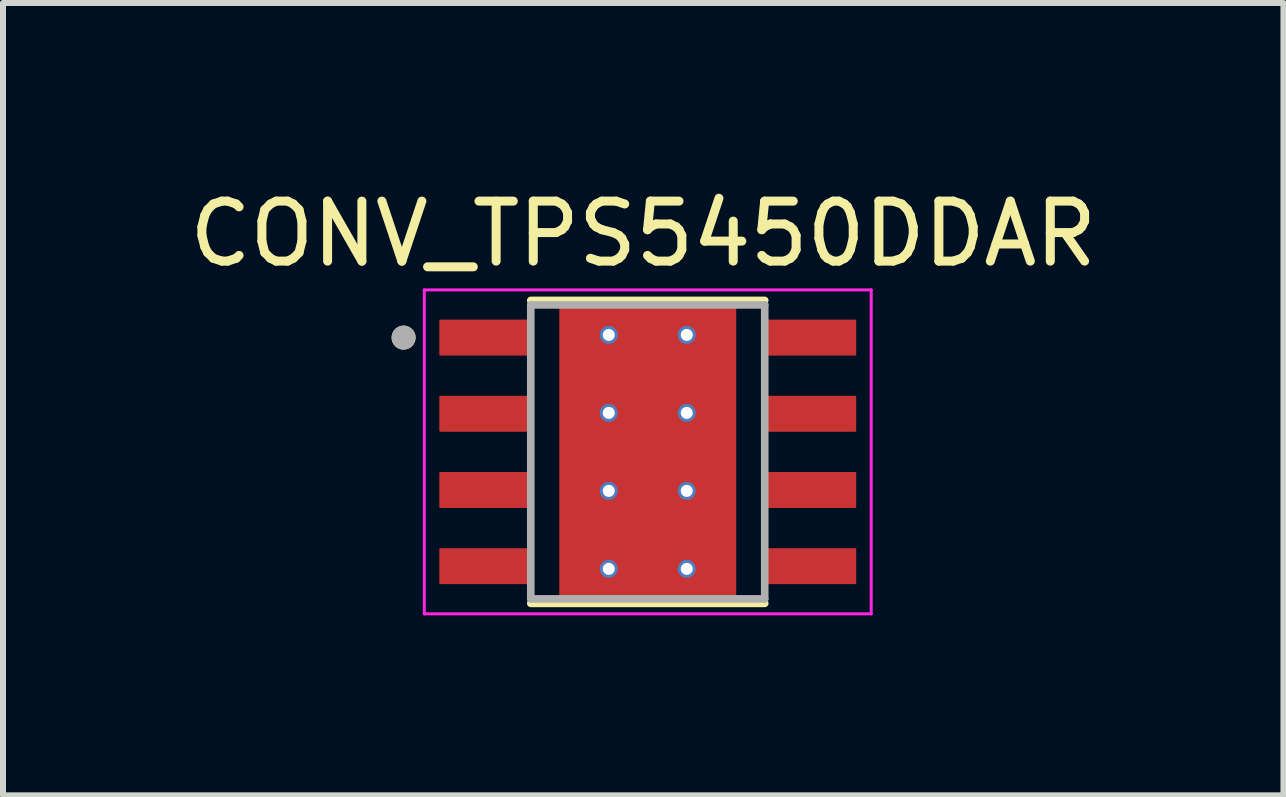
<source format=kicad_pcb>
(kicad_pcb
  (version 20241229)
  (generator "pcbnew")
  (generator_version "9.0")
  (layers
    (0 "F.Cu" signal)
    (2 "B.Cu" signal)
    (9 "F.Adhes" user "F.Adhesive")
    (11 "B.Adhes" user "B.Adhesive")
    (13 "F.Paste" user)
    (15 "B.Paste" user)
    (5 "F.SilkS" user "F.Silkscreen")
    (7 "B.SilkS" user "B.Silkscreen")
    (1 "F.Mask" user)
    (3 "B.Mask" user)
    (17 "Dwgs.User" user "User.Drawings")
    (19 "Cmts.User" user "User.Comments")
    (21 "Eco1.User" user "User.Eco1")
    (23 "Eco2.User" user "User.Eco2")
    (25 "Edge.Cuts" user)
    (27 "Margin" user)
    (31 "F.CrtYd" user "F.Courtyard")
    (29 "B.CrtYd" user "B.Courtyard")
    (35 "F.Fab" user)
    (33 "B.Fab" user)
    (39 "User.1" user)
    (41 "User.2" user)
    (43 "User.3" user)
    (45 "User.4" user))
  (footprint "CONV_TPS5450DDAR"
    (layer "F.Cu")
    (at 7.748 4.483)
    (property "Reference" "CONV_TPS5450DDAR" (at -0.075 -3.635 0) (layer "F.SilkS") (effects (font (size 1 1) (thickness 0.15))))
    (attr smd)
    (fp_poly (pts (xy -1.3 -1.55) (xy 1.3 -1.55) (xy 1.3 1.55) (xy -1.3 1.55)) (stroke (width 0.01) (type solid)) (fill yes) (layer "F.Mask"))
    (fp_poly (pts (xy -1.905 -1.535) (xy -3.495 -1.535) (xy -3.498 -1.535) (xy -3.5 -1.535) (xy -3.503 -1.536) (xy -3.505 -1.536) (xy -3.508 -1.537) (xy -3.51 -1.537) (xy -3.513 -1.538) (xy -3.515 -1.539) (xy -3.518 -1.54) (xy -3.52 -1.542) (xy -3.522 -1.543) (xy -3.524 -1.545) (xy -3.526 -1.546) (xy -3.528 -1.548) (xy -3.53 -1.55) (xy -3.532 -1.552) (xy -3.534 -1.554) (xy -3.535 -1.556) (xy -3.537 -1.558) (xy -3.538 -1.56) (xy -3.54 -1.562) (xy -3.541 -1.565) (xy -3.542 -1.567) (xy -3.543 -1.57) (xy -3.543 -1.572) (xy -3.544 -1.575) (xy -3.544 -1.577) (xy -3.545 -1.58) (xy -3.545 -1.582) (xy -3.545 -1.585) (xy -3.545 -2.225) (xy -3.545 -2.228) (xy -3.545 -2.23) (xy -3.544 -2.233) (xy -3.544 -2.235) (xy -3.543 -2.238) (xy -3.543 -2.24) (xy -3.542 -2.243) (xy -3.541 -2.245) (xy -3.54 -2.248) (xy -3.538 -2.25) (xy -3.537 -2.252) (xy -3.535 -2.254) (xy -3.534 -2.256) (xy -3.532 -2.258) (xy -3.53 -2.26) (xy -3.528 -2.262) (xy -3.526 -2.264) (xy -3.524 -2.265) (xy -3.522 -2.267) (xy -3.52 -2.268) (xy -3.518 -2.27) (xy -3.515 -2.271) (xy -3.513 -2.272) (xy -3.51 -2.273) (xy -3.508 -2.273) (xy -3.505 -2.274) (xy -3.503 -2.274) (xy -3.5 -2.275) (xy -3.498 -2.275) (xy -3.495 -2.275) (xy -1.905 -2.275) (xy -1.902 -2.275) (xy -1.9 -2.275) (xy -1.897 -2.274) (xy -1.895 -2.274) (xy -1.892 -2.273) (xy -1.89 -2.273) (xy -1.887 -2.272) (xy -1.885 -2.271) (xy -1.882 -2.27) (xy -1.88 -2.268) (xy -1.878 -2.267) (xy -1.876 -2.265) (xy -1.874 -2.264) (xy -1.872 -2.262) (xy -1.87 -2.26) (xy -1.868 -2.258) (xy -1.866 -2.256) (xy -1.865 -2.254) (xy -1.863 -2.252) (xy -1.862 -2.25) (xy -1.86 -2.248) (xy -1.859 -2.245) (xy -1.858 -2.243) (xy -1.857 -2.24) (xy -1.857 -2.238) (xy -1.856 -2.235) (xy -1.856 -2.233) (xy -1.855 -2.23) (xy -1.855 -2.228) (xy -1.855 -2.225) (xy -1.855 -1.585) (xy -1.855 -1.582) (xy -1.855 -1.58) (xy -1.856 -1.577) (xy -1.856 -1.575) (xy -1.857 -1.572) (xy -1.857 -1.57) (xy -1.858 -1.567) (xy -1.859 -1.565) (xy -1.86 -1.562) (xy -1.862 -1.56) (xy -1.863 -1.558) (xy -1.865 -1.556) (xy -1.866 -1.554) (xy -1.868 -1.552) (xy -1.87 -1.55) (xy -1.872 -1.548) (xy -1.874 -1.546) (xy -1.876 -1.545) (xy -1.878 -1.543) (xy -1.88 -1.542) (xy -1.882 -1.54) (xy -1.885 -1.539) (xy -1.887 -1.538) (xy -1.89 -1.537) (xy -1.892 -1.537) (xy -1.895 -1.536) (xy -1.897 -1.536) (xy -1.9 -1.535) (xy -1.902 -1.535) (xy -1.905 -1.535)) (stroke (width 0.01) (type solid)) (fill yes) (layer "F.Mask"))
    (fp_poly (pts (xy -1.905 -0.265) (xy -3.495 -0.265) (xy -3.498 -0.265) (xy -3.5 -0.265) (xy -3.503 -0.266) (xy -3.505 -0.266) (xy -3.508 -0.267) (xy -3.51 -0.267) (xy -3.513 -0.268) (xy -3.515 -0.269) (xy -3.518 -0.27) (xy -3.52 -0.272) (xy -3.522 -0.273) (xy -3.524 -0.275) (xy -3.526 -0.276) (xy -3.528 -0.278) (xy -3.53 -0.28) (xy -3.532 -0.282) (xy -3.534 -0.284) (xy -3.535 -0.286) (xy -3.537 -0.288) (xy -3.538 -0.29) (xy -3.54 -0.292) (xy -3.541 -0.295) (xy -3.542 -0.297) (xy -3.543 -0.3) (xy -3.543 -0.302) (xy -3.544 -0.305) (xy -3.544 -0.307) (xy -3.545 -0.31) (xy -3.545 -0.312) (xy -3.545 -0.315) (xy -3.545 -0.955) (xy -3.545 -0.958) (xy -3.545 -0.96) (xy -3.544 -0.963) (xy -3.544 -0.965) (xy -3.543 -0.968) (xy -3.543 -0.97) (xy -3.542 -0.973) (xy -3.541 -0.975) (xy -3.54 -0.978) (xy -3.538 -0.98) (xy -3.537 -0.982) (xy -3.535 -0.984) (xy -3.534 -0.986) (xy -3.532 -0.988) (xy -3.53 -0.99) (xy -3.528 -0.992) (xy -3.526 -0.994) (xy -3.524 -0.995) (xy -3.522 -0.997) (xy -3.52 -0.998) (xy -3.518 -1) (xy -3.515 -1.001) (xy -3.513 -1.002) (xy -3.51 -1.003) (xy -3.508 -1.003) (xy -3.505 -1.004) (xy -3.503 -1.004) (xy -3.5 -1.005) (xy -3.498 -1.005) (xy -3.495 -1.005) (xy -1.905 -1.005) (xy -1.902 -1.005) (xy -1.9 -1.005) (xy -1.897 -1.004) (xy -1.895 -1.004) (xy -1.892 -1.003) (xy -1.89 -1.003) (xy -1.887 -1.002) (xy -1.885 -1.001) (xy -1.882 -1) (xy -1.88 -0.998) (xy -1.878 -0.997) (xy -1.876 -0.995) (xy -1.874 -0.994) (xy -1.872 -0.992) (xy -1.87 -0.99) (xy -1.868 -0.988) (xy -1.866 -0.986) (xy -1.865 -0.984) (xy -1.863 -0.982) (xy -1.862 -0.98) (xy -1.86 -0.978) (xy -1.859 -0.975) (xy -1.858 -0.973) (xy -1.857 -0.97) (xy -1.857 -0.968) (xy -1.856 -0.965) (xy -1.856 -0.963) (xy -1.855 -0.96) (xy -1.855 -0.958) (xy -1.855 -0.955) (xy -1.855 -0.315) (xy -1.855 -0.312) (xy -1.855 -0.31) (xy -1.856 -0.307) (xy -1.856 -0.305) (xy -1.857 -0.302) (xy -1.857 -0.3) (xy -1.858 -0.297) (xy -1.859 -0.295) (xy -1.86 -0.292) (xy -1.862 -0.29) (xy -1.863 -0.288) (xy -1.865 -0.286) (xy -1.866 -0.284) (xy -1.868 -0.282) (xy -1.87 -0.28) (xy -1.872 -0.278) (xy -1.874 -0.276) (xy -1.876 -0.275) (xy -1.878 -0.273) (xy -1.88 -0.272) (xy -1.882 -0.27) (xy -1.885 -0.269) (xy -1.887 -0.268) (xy -1.89 -0.267) (xy -1.892 -0.267) (xy -1.895 -0.266) (xy -1.897 -0.266) (xy -1.9 -0.265) (xy -1.902 -0.265) (xy -1.905 -0.265)) (stroke (width 0.01) (type solid)) (fill yes) (layer "F.Mask"))
    (fp_poly (pts (xy -1.905 1.005) (xy -3.495 1.005) (xy -3.498 1.005) (xy -3.5 1.005) (xy -3.503 1.004) (xy -3.505 1.004) (xy -3.508 1.003) (xy -3.51 1.003) (xy -3.513 1.002) (xy -3.515 1.001) (xy -3.518 1) (xy -3.52 0.998) (xy -3.522 0.997) (xy -3.524 0.995) (xy -3.526 0.994) (xy -3.528 0.992) (xy -3.53 0.99) (xy -3.532 0.988) (xy -3.534 0.986) (xy -3.535 0.984) (xy -3.537 0.982) (xy -3.538 0.98) (xy -3.54 0.978) (xy -3.541 0.975) (xy -3.542 0.973) (xy -3.543 0.97) (xy -3.543 0.968) (xy -3.544 0.965) (xy -3.544 0.963) (xy -3.545 0.96) (xy -3.545 0.958) (xy -3.545 0.955) (xy -3.545 0.315) (xy -3.545 0.312) (xy -3.545 0.31) (xy -3.544 0.307) (xy -3.544 0.305) (xy -3.543 0.302) (xy -3.543 0.3) (xy -3.542 0.297) (xy -3.541 0.295) (xy -3.54 0.292) (xy -3.538 0.29) (xy -3.537 0.288) (xy -3.535 0.286) (xy -3.534 0.284) (xy -3.532 0.282) (xy -3.53 0.28) (xy -3.528 0.278) (xy -3.526 0.276) (xy -3.524 0.275) (xy -3.522 0.273) (xy -3.52 0.272) (xy -3.518 0.27) (xy -3.515 0.269) (xy -3.513 0.268) (xy -3.51 0.267) (xy -3.508 0.267) (xy -3.505 0.266) (xy -3.503 0.266) (xy -3.5 0.265) (xy -3.498 0.265) (xy -3.495 0.265) (xy -1.905 0.265) (xy -1.902 0.265) (xy -1.9 0.265) (xy -1.897 0.266) (xy -1.895 0.266) (xy -1.892 0.267) (xy -1.89 0.267) (xy -1.887 0.268) (xy -1.885 0.269) (xy -1.882 0.27) (xy -1.88 0.272) (xy -1.878 0.273) (xy -1.876 0.275) (xy -1.874 0.276) (xy -1.872 0.278) (xy -1.87 0.28) (xy -1.868 0.282) (xy -1.866 0.284) (xy -1.865 0.286) (xy -1.863 0.288) (xy -1.862 0.29) (xy -1.86 0.292) (xy -1.859 0.295) (xy -1.858 0.297) (xy -1.857 0.3) (xy -1.857 0.302) (xy -1.856 0.305) (xy -1.856 0.307) (xy -1.855 0.31) (xy -1.855 0.312) (xy -1.855 0.315) (xy -1.855 0.955) (xy -1.855 0.958) (xy -1.855 0.96) (xy -1.856 0.963) (xy -1.856 0.965) (xy -1.857 0.968) (xy -1.857 0.97) (xy -1.858 0.973) (xy -1.859 0.975) (xy -1.86 0.978) (xy -1.862 0.98) (xy -1.863 0.982) (xy -1.865 0.984) (xy -1.866 0.986) (xy -1.868 0.988) (xy -1.87 0.99) (xy -1.872 0.992) (xy -1.874 0.994) (xy -1.876 0.995) (xy -1.878 0.997) (xy -1.88 0.998) (xy -1.882 1) (xy -1.885 1.001) (xy -1.887 1.002) (xy -1.89 1.003) (xy -1.892 1.003) (xy -1.895 1.004) (xy -1.897 1.004) (xy -1.9 1.005) (xy -1.902 1.005) (xy -1.905 1.005)) (stroke (width 0.01) (type solid)) (fill yes) (layer "F.Mask"))
    (fp_poly (pts (xy -1.905 2.275) (xy -3.495 2.275) (xy -3.498 2.275) (xy -3.5 2.275) (xy -3.503 2.274) (xy -3.505 2.274) (xy -3.508 2.273) (xy -3.51 2.273) (xy -3.513 2.272) (xy -3.515 2.271) (xy -3.518 2.27) (xy -3.52 2.268) (xy -3.522 2.267) (xy -3.524 2.265) (xy -3.526 2.264) (xy -3.528 2.262) (xy -3.53 2.26) (xy -3.532 2.258) (xy -3.534 2.256) (xy -3.535 2.254) (xy -3.537 2.252) (xy -3.538 2.25) (xy -3.54 2.248) (xy -3.541 2.245) (xy -3.542 2.243) (xy -3.543 2.24) (xy -3.543 2.238) (xy -3.544 2.235) (xy -3.544 2.233) (xy -3.545 2.23) (xy -3.545 2.228) (xy -3.545 2.225) (xy -3.545 1.585) (xy -3.545 1.582) (xy -3.545 1.58) (xy -3.544 1.577) (xy -3.544 1.575) (xy -3.543 1.572) (xy -3.543 1.57) (xy -3.542 1.567) (xy -3.541 1.565) (xy -3.54 1.562) (xy -3.538 1.56) (xy -3.537 1.558) (xy -3.535 1.556) (xy -3.534 1.554) (xy -3.532 1.552) (xy -3.53 1.55) (xy -3.528 1.548) (xy -3.526 1.546) (xy -3.524 1.545) (xy -3.522 1.543) (xy -3.52 1.542) (xy -3.518 1.54) (xy -3.515 1.539) (xy -3.513 1.538) (xy -3.51 1.537) (xy -3.508 1.537) (xy -3.505 1.536) (xy -3.503 1.536) (xy -3.5 1.535) (xy -3.498 1.535) (xy -3.495 1.535) (xy -1.905 1.535) (xy -1.902 1.535) (xy -1.9 1.535) (xy -1.897 1.536) (xy -1.895 1.536) (xy -1.892 1.537) (xy -1.89 1.537) (xy -1.887 1.538) (xy -1.885 1.539) (xy -1.882 1.54) (xy -1.88 1.542) (xy -1.878 1.543) (xy -1.876 1.545) (xy -1.874 1.546) (xy -1.872 1.548) (xy -1.87 1.55) (xy -1.868 1.552) (xy -1.866 1.554) (xy -1.865 1.556) (xy -1.863 1.558) (xy -1.862 1.56) (xy -1.86 1.562) (xy -1.859 1.565) (xy -1.858 1.567) (xy -1.857 1.57) (xy -1.857 1.572) (xy -1.856 1.575) (xy -1.856 1.577) (xy -1.855 1.58) (xy -1.855 1.582) (xy -1.855 1.585) (xy -1.855 2.225) (xy -1.855 2.228) (xy -1.855 2.23) (xy -1.856 2.233) (xy -1.856 2.235) (xy -1.857 2.238) (xy -1.857 2.24) (xy -1.858 2.243) (xy -1.859 2.245) (xy -1.86 2.248) (xy -1.862 2.25) (xy -1.863 2.252) (xy -1.865 2.254) (xy -1.866 2.256) (xy -1.868 2.258) (xy -1.87 2.26) (xy -1.872 2.262) (xy -1.874 2.264) (xy -1.876 2.265) (xy -1.878 2.267) (xy -1.88 2.268) (xy -1.882 2.27) (xy -1.885 2.271) (xy -1.887 2.272) (xy -1.89 2.273) (xy -1.892 2.273) (xy -1.895 2.274) (xy -1.897 2.274) (xy -1.9 2.275) (xy -1.902 2.275) (xy -1.905 2.275)) (stroke (width 0.01) (type solid)) (fill yes) (layer "F.Mask"))
    (fp_poly (pts (xy 3.495 -1.535) (xy 1.905 -1.535) (xy 1.902 -1.535) (xy 1.9 -1.535) (xy 1.897 -1.536) (xy 1.895 -1.536) (xy 1.892 -1.537) (xy 1.89 -1.537) (xy 1.887 -1.538) (xy 1.885 -1.539) (xy 1.882 -1.54) (xy 1.88 -1.542) (xy 1.878 -1.543) (xy 1.876 -1.545) (xy 1.874 -1.546) (xy 1.872 -1.548) (xy 1.87 -1.55) (xy 1.868 -1.552) (xy 1.866 -1.554) (xy 1.865 -1.556) (xy 1.863 -1.558) (xy 1.862 -1.56) (xy 1.86 -1.562) (xy 1.859 -1.565) (xy 1.858 -1.567) (xy 1.857 -1.57) (xy 1.857 -1.572) (xy 1.856 -1.575) (xy 1.856 -1.577) (xy 1.855 -1.58) (xy 1.855 -1.582) (xy 1.855 -1.585) (xy 1.855 -2.225) (xy 1.855 -2.228) (xy 1.855 -2.23) (xy 1.856 -2.233) (xy 1.856 -2.235) (xy 1.857 -2.238) (xy 1.857 -2.24) (xy 1.858 -2.243) (xy 1.859 -2.245) (xy 1.86 -2.248) (xy 1.862 -2.25) (xy 1.863 -2.252) (xy 1.865 -2.254) (xy 1.866 -2.256) (xy 1.868 -2.258) (xy 1.87 -2.26) (xy 1.872 -2.262) (xy 1.874 -2.264) (xy 1.876 -2.265) (xy 1.878 -2.267) (xy 1.88 -2.268) (xy 1.882 -2.27) (xy 1.885 -2.271) (xy 1.887 -2.272) (xy 1.89 -2.273) (xy 1.892 -2.273) (xy 1.895 -2.274) (xy 1.897 -2.274) (xy 1.9 -2.275) (xy 1.902 -2.275) (xy 1.905 -2.275) (xy 3.495 -2.275) (xy 3.498 -2.275) (xy 3.5 -2.275) (xy 3.503 -2.274) (xy 3.505 -2.274) (xy 3.508 -2.273) (xy 3.51 -2.273) (xy 3.513 -2.272) (xy 3.515 -2.271) (xy 3.518 -2.27) (xy 3.52 -2.268) (xy 3.522 -2.267) (xy 3.524 -2.265) (xy 3.526 -2.264) (xy 3.528 -2.262) (xy 3.53 -2.26) (xy 3.532 -2.258) (xy 3.534 -2.256) (xy 3.535 -2.254) (xy 3.537 -2.252) (xy 3.538 -2.25) (xy 3.54 -2.248) (xy 3.541 -2.245) (xy 3.542 -2.243) (xy 3.543 -2.24) (xy 3.543 -2.238) (xy 3.544 -2.235) (xy 3.544 -2.233) (xy 3.545 -2.23) (xy 3.545 -2.228) (xy 3.545 -2.225) (xy 3.545 -1.585) (xy 3.545 -1.582) (xy 3.545 -1.58) (xy 3.544 -1.577) (xy 3.544 -1.575) (xy 3.543 -1.572) (xy 3.543 -1.57) (xy 3.542 -1.567) (xy 3.541 -1.565) (xy 3.54 -1.562) (xy 3.538 -1.56) (xy 3.537 -1.558) (xy 3.535 -1.556) (xy 3.534 -1.554) (xy 3.532 -1.552) (xy 3.53 -1.55) (xy 3.528 -1.548) (xy 3.526 -1.546) (xy 3.524 -1.545) (xy 3.522 -1.543) (xy 3.52 -1.542) (xy 3.518 -1.54) (xy 3.515 -1.539) (xy 3.513 -1.538) (xy 3.51 -1.537) (xy 3.508 -1.537) (xy 3.505 -1.536) (xy 3.503 -1.536) (xy 3.5 -1.535) (xy 3.498 -1.535) (xy 3.495 -1.535)) (stroke (width 0.01) (type solid)) (fill yes) (layer "F.Mask"))
    (fp_poly (pts (xy 3.495 -0.265) (xy 1.905 -0.265) (xy 1.902 -0.265) (xy 1.9 -0.265) (xy 1.897 -0.266) (xy 1.895 -0.266) (xy 1.892 -0.267) (xy 1.89 -0.267) (xy 1.887 -0.268) (xy 1.885 -0.269) (xy 1.882 -0.27) (xy 1.88 -0.272) (xy 1.878 -0.273) (xy 1.876 -0.275) (xy 1.874 -0.276) (xy 1.872 -0.278) (xy 1.87 -0.28) (xy 1.868 -0.282) (xy 1.866 -0.284) (xy 1.865 -0.286) (xy 1.863 -0.288) (xy 1.862 -0.29) (xy 1.86 -0.292) (xy 1.859 -0.295) (xy 1.858 -0.297) (xy 1.857 -0.3) (xy 1.857 -0.302) (xy 1.856 -0.305) (xy 1.856 -0.307) (xy 1.855 -0.31) (xy 1.855 -0.312) (xy 1.855 -0.315) (xy 1.855 -0.955) (xy 1.855 -0.958) (xy 1.855 -0.96) (xy 1.856 -0.963) (xy 1.856 -0.965) (xy 1.857 -0.968) (xy 1.857 -0.97) (xy 1.858 -0.973) (xy 1.859 -0.975) (xy 1.86 -0.978) (xy 1.862 -0.98) (xy 1.863 -0.982) (xy 1.865 -0.984) (xy 1.866 -0.986) (xy 1.868 -0.988) (xy 1.87 -0.99) (xy 1.872 -0.992) (xy 1.874 -0.994) (xy 1.876 -0.995) (xy 1.878 -0.997) (xy 1.88 -0.998) (xy 1.882 -1) (xy 1.885 -1.001) (xy 1.887 -1.002) (xy 1.89 -1.003) (xy 1.892 -1.003) (xy 1.895 -1.004) (xy 1.897 -1.004) (xy 1.9 -1.005) (xy 1.902 -1.005) (xy 1.905 -1.005) (xy 3.495 -1.005) (xy 3.498 -1.005) (xy 3.5 -1.005) (xy 3.503 -1.004) (xy 3.505 -1.004) (xy 3.508 -1.003) (xy 3.51 -1.003) (xy 3.513 -1.002) (xy 3.515 -1.001) (xy 3.518 -1) (xy 3.52 -0.998) (xy 3.522 -0.997) (xy 3.524 -0.995) (xy 3.526 -0.994) (xy 3.528 -0.992) (xy 3.53 -0.99) (xy 3.532 -0.988) (xy 3.534 -0.986) (xy 3.535 -0.984) (xy 3.537 -0.982) (xy 3.538 -0.98) (xy 3.54 -0.978) (xy 3.541 -0.975) (xy 3.542 -0.973) (xy 3.543 -0.97) (xy 3.543 -0.968) (xy 3.544 -0.965) (xy 3.544 -0.963) (xy 3.545 -0.96) (xy 3.545 -0.958) (xy 3.545 -0.955) (xy 3.545 -0.315) (xy 3.545 -0.312) (xy 3.545 -0.31) (xy 3.544 -0.307) (xy 3.544 -0.305) (xy 3.543 -0.302) (xy 3.543 -0.3) (xy 3.542 -0.297) (xy 3.541 -0.295) (xy 3.54 -0.292) (xy 3.538 -0.29) (xy 3.537 -0.288) (xy 3.535 -0.286) (xy 3.534 -0.284) (xy 3.532 -0.282) (xy 3.53 -0.28) (xy 3.528 -0.278) (xy 3.526 -0.276) (xy 3.524 -0.275) (xy 3.522 -0.273) (xy 3.52 -0.272) (xy 3.518 -0.27) (xy 3.515 -0.269) (xy 3.513 -0.268) (xy 3.51 -0.267) (xy 3.508 -0.267) (xy 3.505 -0.266) (xy 3.503 -0.266) (xy 3.5 -0.265) (xy 3.498 -0.265) (xy 3.495 -0.265)) (stroke (width 0.01) (type solid)) (fill yes) (layer "F.Mask"))
    (fp_poly (pts (xy 3.495 1.005) (xy 1.905 1.005) (xy 1.902 1.005) (xy 1.9 1.005) (xy 1.897 1.004) (xy 1.895 1.004) (xy 1.892 1.003) (xy 1.89 1.003) (xy 1.887 1.002) (xy 1.885 1.001) (xy 1.882 1) (xy 1.88 0.998) (xy 1.878 0.997) (xy 1.876 0.995) (xy 1.874 0.994) (xy 1.872 0.992) (xy 1.87 0.99) (xy 1.868 0.988) (xy 1.866 0.986) (xy 1.865 0.984) (xy 1.863 0.982) (xy 1.862 0.98) (xy 1.86 0.978) (xy 1.859 0.975) (xy 1.858 0.973) (xy 1.857 0.97) (xy 1.857 0.968) (xy 1.856 0.965) (xy 1.856 0.963) (xy 1.855 0.96) (xy 1.855 0.958) (xy 1.855 0.955) (xy 1.855 0.315) (xy 1.855 0.312) (xy 1.855 0.31) (xy 1.856 0.307) (xy 1.856 0.305) (xy 1.857 0.302) (xy 1.857 0.3) (xy 1.858 0.297) (xy 1.859 0.295) (xy 1.86 0.292) (xy 1.862 0.29) (xy 1.863 0.288) (xy 1.865 0.286) (xy 1.866 0.284) (xy 1.868 0.282) (xy 1.87 0.28) (xy 1.872 0.278) (xy 1.874 0.276) (xy 1.876 0.275) (xy 1.878 0.273) (xy 1.88 0.272) (xy 1.882 0.27) (xy 1.885 0.269) (xy 1.887 0.268) (xy 1.89 0.267) (xy 1.892 0.267) (xy 1.895 0.266) (xy 1.897 0.266) (xy 1.9 0.265) (xy 1.902 0.265) (xy 1.905 0.265) (xy 3.495 0.265) (xy 3.498 0.265) (xy 3.5 0.265) (xy 3.503 0.266) (xy 3.505 0.266) (xy 3.508 0.267) (xy 3.51 0.267) (xy 3.513 0.268) (xy 3.515 0.269) (xy 3.518 0.27) (xy 3.52 0.272) (xy 3.522 0.273) (xy 3.524 0.275) (xy 3.526 0.276) (xy 3.528 0.278) (xy 3.53 0.28) (xy 3.532 0.282) (xy 3.534 0.284) (xy 3.535 0.286) (xy 3.537 0.288) (xy 3.538 0.29) (xy 3.54 0.292) (xy 3.541 0.295) (xy 3.542 0.297) (xy 3.543 0.3) (xy 3.543 0.302) (xy 3.544 0.305) (xy 3.544 0.307) (xy 3.545 0.31) (xy 3.545 0.312) (xy 3.545 0.315) (xy 3.545 0.955) (xy 3.545 0.958) (xy 3.545 0.96) (xy 3.544 0.963) (xy 3.544 0.965) (xy 3.543 0.968) (xy 3.543 0.97) (xy 3.542 0.973) (xy 3.541 0.975) (xy 3.54 0.978) (xy 3.538 0.98) (xy 3.537 0.982) (xy 3.535 0.984) (xy 3.534 0.986) (xy 3.532 0.988) (xy 3.53 0.99) (xy 3.528 0.992) (xy 3.526 0.994) (xy 3.524 0.995) (xy 3.522 0.997) (xy 3.52 0.998) (xy 3.518 1) (xy 3.515 1.001) (xy 3.513 1.002) (xy 3.51 1.003) (xy 3.508 1.003) (xy 3.505 1.004) (xy 3.503 1.004) (xy 3.5 1.005) (xy 3.498 1.005) (xy 3.495 1.005)) (stroke (width 0.01) (type solid)) (fill yes) (layer "F.Mask"))
    (fp_poly (pts (xy 3.495 2.275) (xy 1.905 2.275) (xy 1.902 2.275) (xy 1.9 2.275) (xy 1.897 2.274) (xy 1.895 2.274) (xy 1.892 2.273) (xy 1.89 2.273) (xy 1.887 2.272) (xy 1.885 2.271) (xy 1.882 2.27) (xy 1.88 2.268) (xy 1.878 2.267) (xy 1.876 2.265) (xy 1.874 2.264) (xy 1.872 2.262) (xy 1.87 2.26) (xy 1.868 2.258) (xy 1.866 2.256) (xy 1.865 2.254) (xy 1.863 2.252) (xy 1.862 2.25) (xy 1.86 2.248) (xy 1.859 2.245) (xy 1.858 2.243) (xy 1.857 2.24) (xy 1.857 2.238) (xy 1.856 2.235) (xy 1.856 2.233) (xy 1.855 2.23) (xy 1.855 2.228) (xy 1.855 2.225) (xy 1.855 1.585) (xy 1.855 1.582) (xy 1.855 1.58) (xy 1.856 1.577) (xy 1.856 1.575) (xy 1.857 1.572) (xy 1.857 1.57) (xy 1.858 1.567) (xy 1.859 1.565) (xy 1.86 1.562) (xy 1.862 1.56) (xy 1.863 1.558) (xy 1.865 1.556) (xy 1.866 1.554) (xy 1.868 1.552) (xy 1.87 1.55) (xy 1.872 1.548) (xy 1.874 1.546) (xy 1.876 1.545) (xy 1.878 1.543) (xy 1.88 1.542) (xy 1.882 1.54) (xy 1.885 1.539) (xy 1.887 1.538) (xy 1.89 1.537) (xy 1.892 1.537) (xy 1.895 1.536) (xy 1.897 1.536) (xy 1.9 1.535) (xy 1.902 1.535) (xy 1.905 1.535) (xy 3.495 1.535) (xy 3.498 1.535) (xy 3.5 1.535) (xy 3.503 1.536) (xy 3.505 1.536) (xy 3.508 1.537) (xy 3.51 1.537) (xy 3.513 1.538) (xy 3.515 1.539) (xy 3.518 1.54) (xy 3.52 1.542) (xy 3.522 1.543) (xy 3.524 1.545) (xy 3.526 1.546) (xy 3.528 1.548) (xy 3.53 1.55) (xy 3.532 1.552) (xy 3.534 1.554) (xy 3.535 1.556) (xy 3.537 1.558) (xy 3.538 1.56) (xy 3.54 1.562) (xy 3.541 1.565) (xy 3.542 1.567) (xy 3.543 1.57) (xy 3.543 1.572) (xy 3.544 1.575) (xy 3.544 1.577) (xy 3.545 1.58) (xy 3.545 1.582) (xy 3.545 1.585) (xy 3.545 2.225) (xy 3.545 2.228) (xy 3.545 2.23) (xy 3.544 2.233) (xy 3.544 2.235) (xy 3.543 2.238) (xy 3.543 2.24) (xy 3.542 2.243) (xy 3.541 2.245) (xy 3.54 2.248) (xy 3.538 2.25) (xy 3.537 2.252) (xy 3.535 2.254) (xy 3.534 2.256) (xy 3.532 2.258) (xy 3.53 2.26) (xy 3.528 2.262) (xy 3.526 2.264) (xy 3.524 2.265) (xy 3.522 2.267) (xy 3.52 2.268) (xy 3.518 2.27) (xy 3.515 2.271) (xy 3.513 2.272) (xy 3.51 2.273) (xy 3.508 2.273) (xy 3.505 2.274) (xy 3.503 2.274) (xy 3.5 2.275) (xy 3.498 2.275) (xy 3.495 2.275)) (stroke (width 0.01) (type solid)) (fill yes) (layer "F.Mask"))
    (fp_line (start -1.95 -2.525) (end 1.95 -2.525) (stroke (width 0.127) (type solid)) (layer "F.SilkS"))
    (fp_line (start -1.95 2.525) (end 1.95 2.525) (stroke (width 0.127) (type solid)) (layer "F.SilkS"))
    (fp_circle (center -4.07 -1.905) (end -3.97 -1.905) (stroke (width 0.2) (type solid)) (fill no) (layer "F.SilkS"))
    (fp_poly (pts (xy -1.3 -1.55) (xy 1.3 -1.55) (xy 1.3 1.55) (xy -1.3 1.55)) (stroke (width 0.01) (type solid)) (fill yes) (layer "F.Paste"))
    (fp_line (start -3.725 -2.7) (end -3.725 2.7) (stroke (width 0.05) (type solid)) (layer "F.CrtYd"))
    (fp_line (start -3.725 -2.7) (end 3.725 -2.7) (stroke (width 0.05) (type solid)) (layer "F.CrtYd"))
    (fp_line (start -3.725 2.7) (end 3.725 2.7) (stroke (width 0.05) (type solid)) (layer "F.CrtYd"))
    (fp_line (start 3.725 -2.7) (end 3.725 2.7) (stroke (width 0.05) (type solid)) (layer "F.CrtYd"))
    (fp_line (start -1.95 -2.45) (end -1.95 2.45) (stroke (width 0.127) (type solid)) (layer "F.Fab"))
    (fp_line (start -1.95 -2.45) (end 1.95 -2.45) (stroke (width 0.127) (type solid)) (layer "F.Fab"))
    (fp_line (start -1.95 2.45) (end 1.95 2.45) (stroke (width 0.127) (type solid)) (layer "F.Fab"))
    (fp_line (start 1.95 -2.45) (end 1.95 2.45) (stroke (width 0.127) (type solid)) (layer "F.Fab"))
    (fp_circle (center -4.07 -1.905) (end -3.97 -1.905) (stroke (width 0.2) (type solid)) (fill no) (layer "F.Fab"))
    (pad "1" smd roundrect (at -2.7 -1.905) (size 1.55 0.6) (layers "F.Cu" "F.Paste") (roundrect_rratio 0.03))
    (pad "2" smd roundrect (at -2.7 -0.635) (size 1.55 0.6) (layers "F.Cu" "F.Paste") (roundrect_rratio 0.03))
    (pad "3" smd roundrect (at -2.7 0.635) (size 1.55 0.6) (layers "F.Cu" "F.Paste") (roundrect_rratio 0.03))
    (pad "4" smd roundrect (at -2.7 1.905) (size 1.55 0.6) (layers "F.Cu" "F.Paste") (roundrect_rratio 0.03))
    (pad "5" smd roundrect (at 2.7 1.905) (size 1.55 0.6) (layers "F.Cu" "F.Paste") (roundrect_rratio 0.03))
    (pad "6" smd roundrect (at 2.7 0.635) (size 1.55 0.6) (layers "F.Cu" "F.Paste") (roundrect_rratio 0.03))
    (pad "7" smd roundrect (at 2.7 -0.635) (size 1.55 0.6) (layers "F.Cu" "F.Paste") (roundrect_rratio 0.03))
    (pad "8" smd roundrect (at 2.7 -1.905) (size 1.55 0.6) (layers "F.Cu" "F.Paste") (roundrect_rratio 0.03))
    (pad "9" smd rect (at 0 0) (size 2.95 4.9) (layers "F.Cu"))
    (pad "10" thru_hole circle (at -0.65 -1.95) (size 0.3 0.3) (drill 0.2) (layers "*.Cu"))
    (pad "11" thru_hole circle (at 0.65 -1.95) (size 0.3 0.3) (drill 0.2) (layers "*.Cu"))
    (pad "12" thru_hole circle (at -0.65 -0.65) (size 0.3 0.3) (drill 0.2) (layers "*.Cu"))
    (pad "13" thru_hole circle (at 0.65 -0.65) (size 0.3 0.3) (drill 0.2) (layers "*.Cu"))
    (pad "14" thru_hole circle (at -0.65 0.65) (size 0.3 0.3) (drill 0.2) (layers "*.Cu"))
    (pad "15" thru_hole circle (at 0.65 0.65) (size 0.3 0.3) (drill 0.2) (layers "*.Cu"))
    (pad "16" thru_hole circle (at -0.65 1.95) (size 0.3 0.3) (drill 0.2) (layers "*.Cu"))
    (pad "17" thru_hole circle (at 0.65 1.95) (size 0.3 0.3) (drill 0.2) (layers "*.Cu")))
  (gr_rect
    (start -3 -3)
    (end 18.345 10.208)
    (stroke (width 0.1) (type default))
    (fill no)
    (layer "Edge.Cuts")))
</source>
